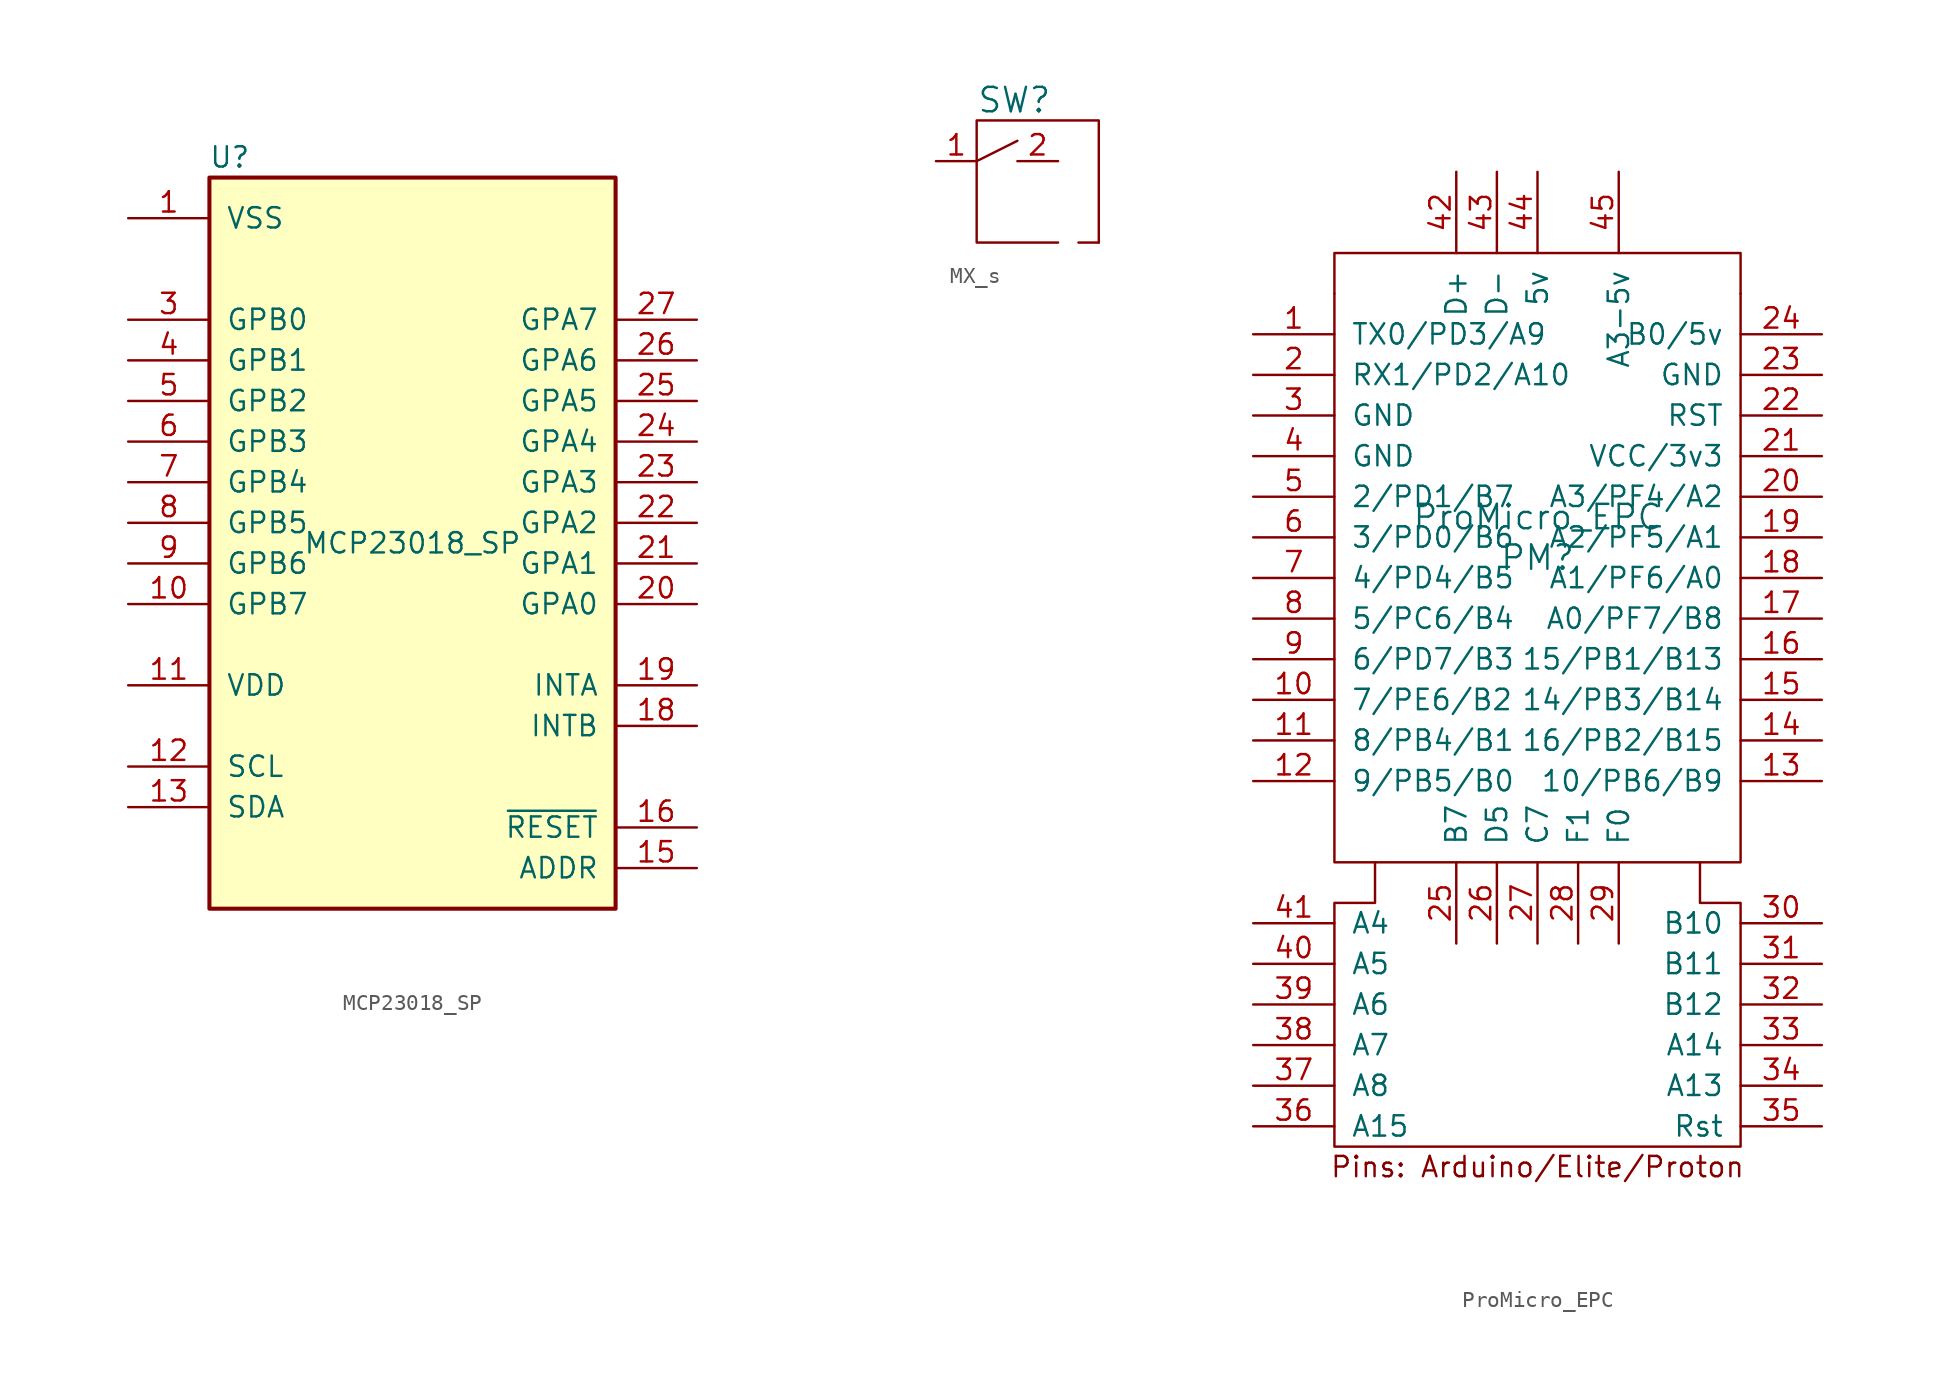
<source format=kicad_sym>
(kicad_symbol_lib
  (version 20211014)
  (generator kicad_symbol_editor)
  (symbol "MCP23018_SP"
    (pin_names
      (offset 1.016))
    (property "Reference" "U"
      (at -11.43 24.13 0)
      (effects (font (size 1.27 1.27))))
    (property "Value" "MCP23018_SP"
      (at 0 0 0)
      (effects (font (size 1.27 1.27))))
    (symbol "MCP23018_SP_0_1"
      (rectangle (start -12.7 22.86) (end 12.7 -22.86) (stroke (width 0.254) (type default) (color 0 0 0 0)) (fill (type background))))
    (symbol "MCP23018_SP_1_1"
      (pin power_in line (at -17.78 20.32 0) (length 5.08) (name "VSS" (effects (font (size 1.27 1.27)))) (number "1" (effects (font (size 1.27 1.27)))))
      (pin bidirectional line (at -17.78 -3.81 0) (length 5.08) (name "GPB7" (effects (font (size 1.27 1.27)))) (number "10" (effects (font (size 1.27 1.27)))))
      (pin power_in line (at -17.78 -8.89 0) (length 5.08) (name "VDD" (effects (font (size 1.27 1.27)))) (number "11" (effects (font (size 1.27 1.27)))))
      (pin input line (at -17.78 -13.97 0) (length 5.08) (name "SCL" (effects (font (size 1.27 1.27)))) (number "12" (effects (font (size 1.27 1.27)))))
      (pin bidirectional line (at -17.78 -16.51 0) (length 5.08) (name "SDA" (effects (font (size 1.27 1.27)))) (number "13" (effects (font (size 1.27 1.27)))))
      (pin no_connect line (at -12.7 -20.32 0) (length 5.08) hide (name "NC" (effects (font (size 1.27 1.27)))) (number "14" (effects (font (size 1.27 1.27)))))
      (pin input line (at 17.78 -20.32 180) (length 5.08) (name "ADDR" (effects (font (size 1.27 1.27)))) (number "15" (effects (font (size 1.27 1.27)))))
      (pin input line (at 17.78 -17.78 180) (length 5.08) (name "~{RESET}" (effects (font (size 1.27 1.27)))) (number "16" (effects (font (size 1.27 1.27)))))
      (pin no_connect line (at 12.7 -15.24 180) (length 5.08) hide (name "NC" (effects (font (size 1.27 1.27)))) (number "17" (effects (font (size 1.27 1.27)))))
      (pin output line (at 17.78 -11.43 180) (length 5.08) (name "INTB" (effects (font (size 1.27 1.27)))) (number "18" (effects (font (size 1.27 1.27)))))
      (pin output line (at 17.78 -8.89 180) (length 5.08) (name "INTA" (effects (font (size 1.27 1.27)))) (number "19" (effects (font (size 1.27 1.27)))))
      (pin no_connect line (at -12.7 17.78 0) (length 5.08) hide (name "NC" (effects (font (size 1.27 1.27)))) (number "2" (effects (font (size 1.27 1.27)))))
      (pin bidirectional line (at 17.78 -3.81 180) (length 5.08) (name "GPA0" (effects (font (size 1.27 1.27)))) (number "20" (effects (font (size 1.27 1.27)))))
      (pin bidirectional line (at 17.78 -1.27 180) (length 5.08) (name "GPA1" (effects (font (size 1.27 1.27)))) (number "21" (effects (font (size 1.27 1.27)))))
      (pin bidirectional line (at 17.78 1.27 180) (length 5.08) (name "GPA2" (effects (font (size 1.27 1.27)))) (number "22" (effects (font (size 1.27 1.27)))))
      (pin bidirectional line (at 17.78 3.81 180) (length 5.08) (name "GPA3" (effects (font (size 1.27 1.27)))) (number "23" (effects (font (size 1.27 1.27)))))
      (pin bidirectional line (at 17.78 6.35 180) (length 5.08) (name "GPA4" (effects (font (size 1.27 1.27)))) (number "24" (effects (font (size 1.27 1.27)))))
      (pin bidirectional line (at 17.78 8.89 180) (length 5.08) (name "GPA5" (effects (font (size 1.27 1.27)))) (number "25" (effects (font (size 1.27 1.27)))))
      (pin bidirectional line (at 17.78 11.43 180) (length 5.08) (name "GPA6" (effects (font (size 1.27 1.27)))) (number "26" (effects (font (size 1.27 1.27)))))
      (pin bidirectional line (at 17.78 13.97 180) (length 5.08) (name "GPA7" (effects (font (size 1.27 1.27)))) (number "27" (effects (font (size 1.27 1.27)))))
      (pin no_connect line (at 12.7 20.32 180) (length 5.08) hide (name "NC" (effects (font (size 1.27 1.27)))) (number "28" (effects (font (size 1.27 1.27)))))
      (pin bidirectional line (at -17.78 13.97 0) (length 5.08) (name "GPB0" (effects (font (size 1.27 1.27)))) (number "3" (effects (font (size 1.27 1.27)))))
      (pin bidirectional line (at -17.78 11.43 0) (length 5.08) (name "GPB1" (effects (font (size 1.27 1.27)))) (number "4" (effects (font (size 1.27 1.27)))))
      (pin bidirectional line (at -17.78 8.89 0) (length 5.08) (name "GPB2" (effects (font (size 1.27 1.27)))) (number "5" (effects (font (size 1.27 1.27)))))
      (pin bidirectional line (at -17.78 6.35 0) (length 5.08) (name "GPB3" (effects (font (size 1.27 1.27)))) (number "6" (effects (font (size 1.27 1.27)))))
      (pin bidirectional line (at -17.78 3.81 0) (length 5.08) (name "GPB4" (effects (font (size 1.27 1.27)))) (number "7" (effects (font (size 1.27 1.27)))))
      (pin bidirectional line (at -17.78 1.27 0) (length 5.08) (name "GPB5" (effects (font (size 1.27 1.27)))) (number "8" (effects (font (size 1.27 1.27)))))
      (pin bidirectional line (at -17.78 -1.27 0) (length 5.08) (name "GPB6" (effects (font (size 1.27 1.27)))) (number "9" (effects (font (size 1.27 1.27)))))))
  (symbol "MX_s"
    (pin_names
      (offset 1.016))
    (property "Reference" "SW"
      (at -3.81 5.08 0)
      (effects (font (size 1.524 1.524)) (justify left)))
    (property "Datasheet" ""
      (at -11.43 1.27 0)
      (effects (font (size 1.524 1.524))))
    (symbol "MX_s_0_1"
      (polyline (pts (xy -3.81 1.27) (xy -1.27 2.54)) (stroke (width 0.152) (type default) (color 0 0 0 0)) (fill (type none)))
      (polyline (pts (xy 3.81 -3.81) (xy 2.54 -3.81)) (stroke (width 0.152) (type default) (color 0 0 0 0)) (fill (type none)))
      (polyline (pts (xy 3.81 -3.81) (xy 3.81 3.81) (xy -3.81 3.81) (xy -3.81 -3.81) (xy 1.27 -3.81)) (stroke (width 0.152) (type default) (color 0 0 0 0)) (fill (type none))))
    (symbol "MX_s_1_1"
      (pin passive line (at -6.35 1.27 0) (length 2.54) (name "" (effects (font (size 1.27 1.27)))) (number "1" (effects (font (size 1.27 1.27)))))
      (pin passive line (at 1.27 1.27 180) (length 2.54) (name "" (effects (font (size 1.27 1.27)))) (number "2" (effects (font (size 1.27 1.27)))))))
  (symbol "ProMicro_EPC"
    (pin_names
      (offset 1.016))
    (property "Reference" "PM"
      (at 0 0 0)
      (effects (font (size 1.524 1.524))))
    (property "Value" "ProMicro_EPC"
      (at 0 2.54 0)
      (effects (font (size 1.524 1.524))))
    (symbol "ProMicro_EPC_0_0"
      (text "Pins: Arduino/Elite/Proton" (at 0 -38.1 0) (effects (font (size 1.27 1.27)))))
    (symbol "ProMicro_EPC_0_1"
      (polyline (pts (xy -12.7 16.51) (xy -12.7 -19.05) (xy 12.7 -19.05) (xy 12.7 16.51)) (stroke (width 0) (type default) (color 0 0 0 0)) (fill (type none)))
      (polyline (pts (xy -12.7 16.51) (xy -12.7 19.05) (xy 12.7 19.05) (xy 12.7 16.51)) (stroke (width 0) (type default) (color 0 0 0 0)) (fill (type none)))
      (polyline (pts (xy -10.16 -19.05) (xy -10.16 -21.59) (xy -12.7 -21.59) (xy -12.7 -36.83) (xy 12.7 -36.83) (xy 12.7 -21.59) (xy 10.16 -21.59) (xy 10.16 -19.05)) (stroke (width 0) (type default) (color 0 0 0 0)) (fill (type none))))
    (symbol "ProMicro_EPC_1_1"
      (pin input line (at -17.78 13.97 0) (length 5.08) (name "TX0/PD3/A9" (effects (font (size 1.27 1.27)))) (number "1" (effects (font (size 1.27 1.27)))))
      (pin input line (at -17.78 -8.89 0) (length 5.08) (name "7/PE6/B2" (effects (font (size 1.27 1.27)))) (number "10" (effects (font (size 1.27 1.27)))))
      (pin input line (at -17.78 -11.43 0) (length 5.08) (name "8/PB4/B1" (effects (font (size 1.27 1.27)))) (number "11" (effects (font (size 1.27 1.27)))))
      (pin input line (at -17.78 -13.97 0) (length 5.08) (name "9/PB5/B0" (effects (font (size 1.27 1.27)))) (number "12" (effects (font (size 1.27 1.27)))))
      (pin input line (at 17.78 -13.97 180) (length 5.08) (name "10/PB6/B9" (effects (font (size 1.27 1.27)))) (number "13" (effects (font (size 1.27 1.27)))))
      (pin input line (at 17.78 -11.43 180) (length 5.08) (name "16/PB2/B15" (effects (font (size 1.27 1.27)))) (number "14" (effects (font (size 1.27 1.27)))))
      (pin input line (at 17.78 -8.89 180) (length 5.08) (name "14/PB3/B14" (effects (font (size 1.27 1.27)))) (number "15" (effects (font (size 1.27 1.27)))))
      (pin input line (at 17.78 -6.35 180) (length 5.08) (name "15/PB1/B13" (effects (font (size 1.27 1.27)))) (number "16" (effects (font (size 1.27 1.27)))))
      (pin input line (at 17.78 -3.81 180) (length 5.08) (name "A0/PF7/B8" (effects (font (size 1.27 1.27)))) (number "17" (effects (font (size 1.27 1.27)))))
      (pin input line (at 17.78 -1.27 180) (length 5.08) (name "A1/PF6/A0" (effects (font (size 1.27 1.27)))) (number "18" (effects (font (size 1.27 1.27)))))
      (pin input line (at 17.78 1.27 180) (length 5.08) (name "A2/PF5/A1" (effects (font (size 1.27 1.27)))) (number "19" (effects (font (size 1.27 1.27)))))
      (pin input line (at -17.78 11.43 0) (length 5.08) (name "RX1/PD2/A10" (effects (font (size 1.27 1.27)))) (number "2" (effects (font (size 1.27 1.27)))))
      (pin input line (at 17.78 3.81 180) (length 5.08) (name "A3/PF4/A2" (effects (font (size 1.27 1.27)))) (number "20" (effects (font (size 1.27 1.27)))))
      (pin input line (at 17.78 6.35 180) (length 5.08) (name "VCC/3v3" (effects (font (size 1.27 1.27)))) (number "21" (effects (font (size 1.27 1.27)))))
      (pin input line (at 17.78 8.89 180) (length 5.08) (name "RST" (effects (font (size 1.27 1.27)))) (number "22" (effects (font (size 1.27 1.27)))))
      (pin input line (at 17.78 11.43 180) (length 5.08) (name "GND" (effects (font (size 1.27 1.27)))) (number "23" (effects (font (size 1.27 1.27)))))
      (pin input line (at 17.78 13.97 180) (length 5.08) (name "B0/5v" (effects (font (size 1.27 1.27)))) (number "24" (effects (font (size 1.27 1.27)))))
      (pin input line (at -5.08 -24.13 90) (length 5.08) (name "B7" (effects (font (size 1.27 1.27)))) (number "25" (effects (font (size 1.27 1.27)))))
      (pin input line (at -2.54 -24.13 90) (length 5.08) (name "D5" (effects (font (size 1.27 1.27)))) (number "26" (effects (font (size 1.27 1.27)))))
      (pin input line (at 0 -24.13 90) (length 5.08) (name "C7" (effects (font (size 1.27 1.27)))) (number "27" (effects (font (size 1.27 1.27)))))
      (pin input line (at 2.54 -24.13 90) (length 5.08) (name "F1" (effects (font (size 1.27 1.27)))) (number "28" (effects (font (size 1.27 1.27)))))
      (pin input line (at 5.08 -24.13 90) (length 5.08) (name "F0" (effects (font (size 1.27 1.27)))) (number "29" (effects (font (size 1.27 1.27)))))
      (pin input line (at -17.78 8.89 0) (length 5.08) (name "GND" (effects (font (size 1.27 1.27)))) (number "3" (effects (font (size 1.27 1.27)))))
      (pin input line (at 17.78 -22.86 180) (length 5.08) (name "B10" (effects (font (size 1.27 1.27)))) (number "30" (effects (font (size 1.27 1.27)))))
      (pin input line (at 17.78 -25.4 180) (length 5.08) (name "B11" (effects (font (size 1.27 1.27)))) (number "31" (effects (font (size 1.27 1.27)))))
      (pin input line (at 17.78 -27.94 180) (length 5.08) (name "B12" (effects (font (size 1.27 1.27)))) (number "32" (effects (font (size 1.27 1.27)))))
      (pin input line (at 17.78 -30.48 180) (length 5.08) (name "A14" (effects (font (size 1.27 1.27)))) (number "33" (effects (font (size 1.27 1.27)))))
      (pin input line (at 17.78 -33.02 180) (length 5.08) (name "A13" (effects (font (size 1.27 1.27)))) (number "34" (effects (font (size 1.27 1.27)))))
      (pin input line (at 17.78 -35.56 180) (length 5.08) (name "Rst" (effects (font (size 1.27 1.27)))) (number "35" (effects (font (size 1.27 1.27)))))
      (pin input line (at -17.78 -35.56 0) (length 5.08) (name "A15" (effects (font (size 1.27 1.27)))) (number "36" (effects (font (size 1.27 1.27)))))
      (pin input line (at -17.78 -33.02 0) (length 5.08) (name "A8" (effects (font (size 1.27 1.27)))) (number "37" (effects (font (size 1.27 1.27)))))
      (pin input line (at -17.78 -30.48 0) (length 5.08) (name "A7" (effects (font (size 1.27 1.27)))) (number "38" (effects (font (size 1.27 1.27)))))
      (pin input line (at -17.78 -27.94 0) (length 5.08) (name "A6" (effects (font (size 1.27 1.27)))) (number "39" (effects (font (size 1.27 1.27)))))
      (pin input line (at -17.78 6.35 0) (length 5.08) (name "GND" (effects (font (size 1.27 1.27)))) (number "4" (effects (font (size 1.27 1.27)))))
      (pin input line (at -17.78 -25.4 0) (length 5.08) (name "A5" (effects (font (size 1.27 1.27)))) (number "40" (effects (font (size 1.27 1.27)))))
      (pin input line (at -17.78 -22.86 0) (length 5.08) (name "A4" (effects (font (size 1.27 1.27)))) (number "41" (effects (font (size 1.27 1.27)))))
      (pin input line (at -5.08 24.13 270) (length 5.08) (name "D+" (effects (font (size 1.27 1.27)))) (number "42" (effects (font (size 1.27 1.27)))))
      (pin input line (at -2.54 24.13 270) (length 5.08) (name "D-" (effects (font (size 1.27 1.27)))) (number "43" (effects (font (size 1.27 1.27)))))
      (pin input line (at 0 24.13 270) (length 5.08) (name "5v" (effects (font (size 1.27 1.27)))) (number "44" (effects (font (size 1.27 1.27)))))
      (pin input line (at 5.08 24.13 270) (length 5.08) (name "A3-5v" (effects (font (size 1.27 1.27)))) (number "45" (effects (font (size 1.27 1.27)))))
      (pin input line (at -17.78 3.81 0) (length 5.08) (name "2/PD1/B7" (effects (font (size 1.27 1.27)))) (number "5" (effects (font (size 1.27 1.27)))))
      (pin input line (at -17.78 1.27 0) (length 5.08) (name "3/PD0/B6" (effects (font (size 1.27 1.27)))) (number "6" (effects (font (size 1.27 1.27)))))
      (pin input line (at -17.78 -1.27 0) (length 5.08) (name "4/PD4/B5" (effects (font (size 1.27 1.27)))) (number "7" (effects (font (size 1.27 1.27)))))
      (pin input line (at -17.78 -3.81 0) (length 5.08) (name "5/PC6/B4" (effects (font (size 1.27 1.27)))) (number "8" (effects (font (size 1.27 1.27)))))
      (pin input line (at -17.78 -6.35 0) (length 5.08) (name "6/PD7/B3" (effects (font (size 1.27 1.27)))) (number "9" (effects (font (size 1.27 1.27))))))))
</source>
